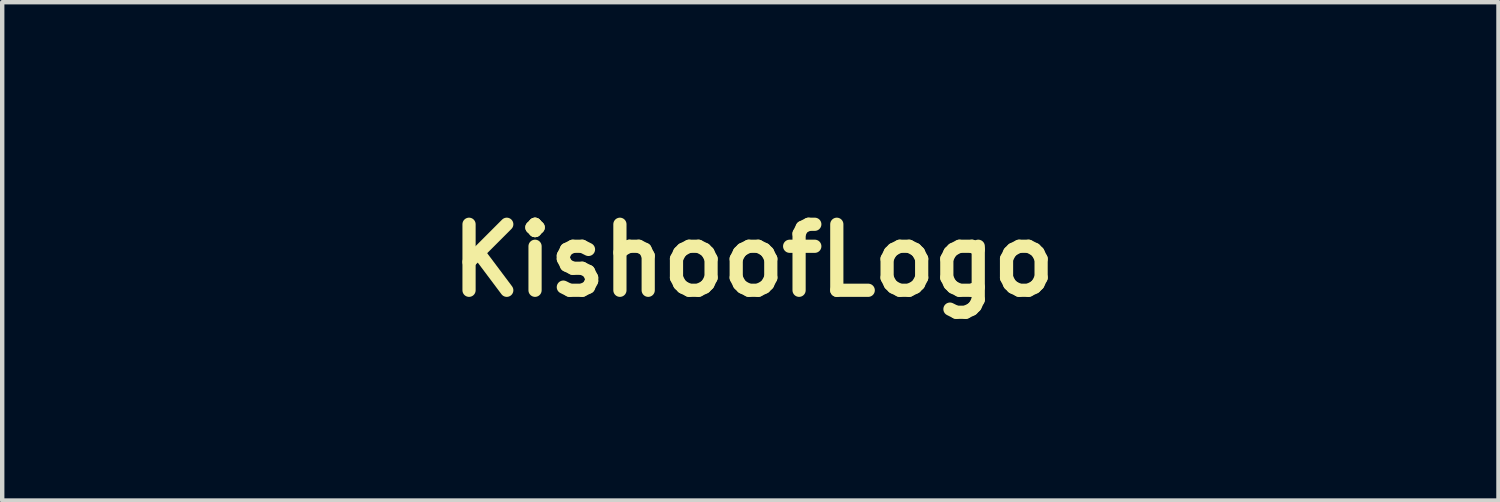
<source format=kicad_pcb>
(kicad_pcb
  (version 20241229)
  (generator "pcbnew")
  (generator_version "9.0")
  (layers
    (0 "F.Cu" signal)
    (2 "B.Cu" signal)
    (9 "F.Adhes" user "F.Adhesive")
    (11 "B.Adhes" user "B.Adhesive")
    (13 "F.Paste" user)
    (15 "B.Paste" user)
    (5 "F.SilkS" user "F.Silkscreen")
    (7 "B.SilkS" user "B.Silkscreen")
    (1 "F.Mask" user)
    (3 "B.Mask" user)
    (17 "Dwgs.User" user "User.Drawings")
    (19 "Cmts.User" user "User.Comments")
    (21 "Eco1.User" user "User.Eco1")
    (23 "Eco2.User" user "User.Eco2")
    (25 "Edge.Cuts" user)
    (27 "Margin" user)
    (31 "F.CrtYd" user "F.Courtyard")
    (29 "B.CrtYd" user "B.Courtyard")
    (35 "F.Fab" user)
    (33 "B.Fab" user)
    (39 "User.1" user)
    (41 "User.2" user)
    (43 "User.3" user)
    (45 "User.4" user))
  (footprint "KishoofLogo"
    (layer "F.Cu")
    (at 14.073 2.868)
    (property "Reference" "KishoofLogo" (at 0 0 0) (layer "F.SilkS") (effects (font (size 1.5 1.5) (thickness 0.3))))
    (attr board_only exclude_from_pos_files exclude_from_bom)
    (fp_poly (pts (xy -7.149 -1.276) (xy -7.188 -0.534) (xy -7.218 0.237) (xy -7.235 0.917) (xy -7.238 1.182) (xy -7.238 2.185) (xy -8.119 2.185) (xy -9.001 2.185) (xy -9.068 1.741) (xy -9.097 1.447) (xy -9.13 0.942) (xy -9.165 0.29) (xy -9.197 -0.448) (xy -9.206 -0.717) (xy -9.278 -2.731) (xy -8.169 -2.731) (xy -7.06 -2.731)) (stroke (width 0) (type solid)) (fill yes) (layer "F.Mask"))
    (fp_poly (pts (xy 13.928 -2.219) (xy 13.903 -1.716) (xy 13.846 -1.224) (xy 13.846 -1.224) (xy 13.771 -0.905) (xy 13.634 -0.784) (xy 13.345 -0.79) (xy 13.315 -0.793) (xy 12.999 -0.802) (xy 12.848 -0.68) (xy 12.772 -0.426) (xy 12.732 -0.018) (xy 12.862 0.2) (xy 13.192 0.272) (xy 13.254 0.273) (xy 13.539 0.308) (xy 13.644 0.47) (xy 13.656 0.683) (xy 13.629 0.958) (xy 13.494 1.071) (xy 13.178 1.092) (xy 12.872 1.109) (xy 12.736 1.211) (xy 12.701 1.478) (xy 12.7 1.639) (xy 12.7 2.185) (xy 11.825 2.185) (xy 10.95 2.185) (xy 10.869 0.853) (xy 10.823 0.102) (xy 10.773 -0.712) (xy 10.728 -1.44) (xy 10.718 -1.605) (xy 10.65 -2.731) (xy 12.29 -2.731) (xy 13.929 -2.731)) (stroke (width 0) (type solid)) (fill yes) (layer "F.Mask"))
    (fp_poly (pts (xy -1.392 -1.229) (xy -1.454 0.273) (xy -1.048 0.273) (xy -0.642 0.273) (xy -0.733 -1.229) (xy -0.824 -2.731) (xy 0.207 -2.731) (xy 1.238 -2.731) (xy 1.158 -0.717) (xy 1.125 0.036) (xy 1.089 0.726) (xy 1.052 1.29) (xy 1.021 1.665) (xy 1.011 1.741) (xy 0.959 1.997) (xy 0.853 2.129) (xy 0.619 2.178) (xy 0.211 2.185) (xy -0.522 2.185) (xy -0.612 1.654) (xy -0.699 1.307) (xy -0.824 1.178) (xy -0.94 1.185) (xy -1.191 1.124) (xy -1.331 0.931) (xy -1.416 0.788) (xy -1.464 0.828) (xy -1.486 1.084) (xy -1.493 1.4) (xy -1.502 2.185) (xy -2.377 2.185) (xy -3.252 2.185) (xy -3.334 0.853) (xy -3.38 0.102) (xy -3.429 -0.712) (xy -3.474 -1.44) (xy -3.484 -1.605) (xy -3.552 -2.731) (xy -2.441 -2.731) (xy -1.331 -2.731)) (stroke (width 0) (type solid)) (fill yes) (layer "F.Mask"))
    (fp_poly (pts (xy 4.092 -2.863) (xy 4.714 -2.674) (xy 5.254 -2.295) (xy 5.633 -1.773) (xy 5.817 -1.182) (xy 5.882 -0.46) (xy 5.83 0.284) (xy 5.664 0.936) (xy 5.56 1.157) (xy 5.096 1.754) (xy 4.522 2.147) (xy 3.887 2.319) (xy 3.241 2.257) (xy 2.727 2.014) (xy 2.214 1.511) (xy 1.854 0.838) (xy 1.661 0.059) (xy 1.66 -0.012) (xy 3.179 -0.012) (xy 3.207 0.464) (xy 3.335 0.893) (xy 3.424 1.036) (xy 3.695 1.215) (xy 3.978 1.125) (xy 4.157 0.926) (xy 4.308 0.564) (xy 4.364 0.121) (xy 4.322 -0.288) (xy 4.206 -0.519) (xy 3.888 -0.673) (xy 3.536 -0.628) (xy 3.273 -0.401) (xy 3.267 -0.391) (xy 3.179 -0.012) (xy 1.66 -0.012) (xy 1.649 -0.762) (xy 1.833 -1.559) (xy 1.907 -1.738) (xy 2.295 -2.301) (xy 2.826 -2.676) (xy 3.444 -2.864)) (stroke (width 0) (type solid)) (fill yes) (layer "F.Mask"))
    (fp_poly (pts (xy 8.598 -2.863) (xy 9.221 -2.674) (xy 9.76 -2.295) (xy 10.139 -1.773) (xy 10.323 -1.182) (xy 10.388 -0.46) (xy 10.336 0.284) (xy 10.17 0.936) (xy 10.067 1.157) (xy 9.602 1.754) (xy 9.028 2.147) (xy 8.394 2.319) (xy 7.747 2.257) (xy 7.234 2.014) (xy 6.721 1.511) (xy 6.36 0.838) (xy 6.167 0.059) (xy 6.166 -0.012) (xy 7.685 -0.012) (xy 7.713 0.464) (xy 7.841 0.893) (xy 7.931 1.036) (xy 8.202 1.215) (xy 8.484 1.125) (xy 8.664 0.926) (xy 8.814 0.564) (xy 8.871 0.121) (xy 8.828 -0.288) (xy 8.712 -0.519) (xy 8.395 -0.673) (xy 8.042 -0.628) (xy 7.779 -0.401) (xy 7.774 -0.391) (xy 7.685 -0.012) (xy 6.166 -0.012) (xy 6.156 -0.762) (xy 6.339 -1.559) (xy 6.413 -1.738) (xy 6.801 -2.301) (xy 7.332 -2.676) (xy 7.95 -2.864)) (stroke (width 0) (type solid)) (fill yes) (layer "F.Mask"))
    (fp_poly (pts (xy -4.373 -2.824) (xy -4.061 -2.663) (xy -3.891 -2.339) (xy -3.828 -1.809) (xy -3.824 -1.565) (xy -3.833 -1.093) (xy -3.869 -0.841) (xy -3.948 -0.759) (xy -4.048 -0.778) (xy -4.312 -0.748) (xy -4.452 -0.619) (xy -4.547 -0.42) (xy -4.514 -0.182) (xy -4.364 0.149) (xy -4.125 0.813) (xy -4.123 1.372) (xy -4.347 1.802) (xy -4.784 2.08) (xy -5.422 2.185) (xy -5.458 2.185) (xy -5.852 2.171) (xy -6.064 2.093) (xy -6.184 1.893) (xy -6.25 1.693) (xy -6.336 1.377) (xy -6.314 1.255) (xy -6.165 1.264) (xy -6.123 1.274) (xy -5.733 1.296) (xy -5.51 1.147) (xy -5.463 0.879) (xy -5.601 0.543) (xy -5.932 0.191) (xy -5.95 0.177) (xy -6.493 -0.376) (xy -6.784 -0.954) (xy -6.838 -1.519) (xy -6.668 -2.032) (xy -6.289 -2.454) (xy -5.715 -2.745) (xy -4.959 -2.866) (xy -4.862 -2.868)) (stroke (width 0) (type solid)) (fill yes) (layer "F.Mask"))
    (fp_poly (pts (xy -10.404 -2.695) (xy -9.948 -2.579) (xy -9.449 -2.455) (xy -10.201 -1.015) (xy -10.523 -0.402) (xy -10.73 0.024) (xy -10.818 0.33) (xy -10.784 0.579) (xy -10.623 0.835) (xy -10.334 1.161) (xy -10.066 1.45) (xy -9.835 1.72) (xy -9.78 1.861) (xy -9.884 1.934) (xy -9.926 1.947) (xy -10.211 2.047) (xy -10.599 2.203) (xy -10.68 2.238) (xy -11.187 2.457) (xy -11.568 1.809) (xy -11.949 1.161) (xy -11.991 1.673) (xy -12.034 2.185) (xy -12.9 2.185) (xy -13.766 2.185) (xy -13.849 0.58) (xy -13.89 -0.159) (xy -13.934 -0.895) (xy -13.977 -1.53) (xy -14.003 -1.878) (xy -14.073 -2.731) (xy -12.959 -2.731) (xy -11.845 -2.731) (xy -11.91 -1.707) (xy -11.937 -1.218) (xy -11.949 -0.856) (xy -11.943 -0.687) (xy -11.94 -0.683) (xy -11.883 -0.803) (xy -11.764 -1.122) (xy -11.604 -1.582) (xy -11.539 -1.775) (xy -11.368 -2.296) (xy -11.233 -2.616) (xy -11.07 -2.768) (xy -10.815 -2.784)) (stroke (width 0) (type solid)) (fill yes) (layer "F.Mask")))
  (gr_rect
    (start -3 -3)
    (end 31.002 8.325)
    (stroke (width 0.1) (type default))
    (fill no)
    (layer "Edge.Cuts")))
</source>
